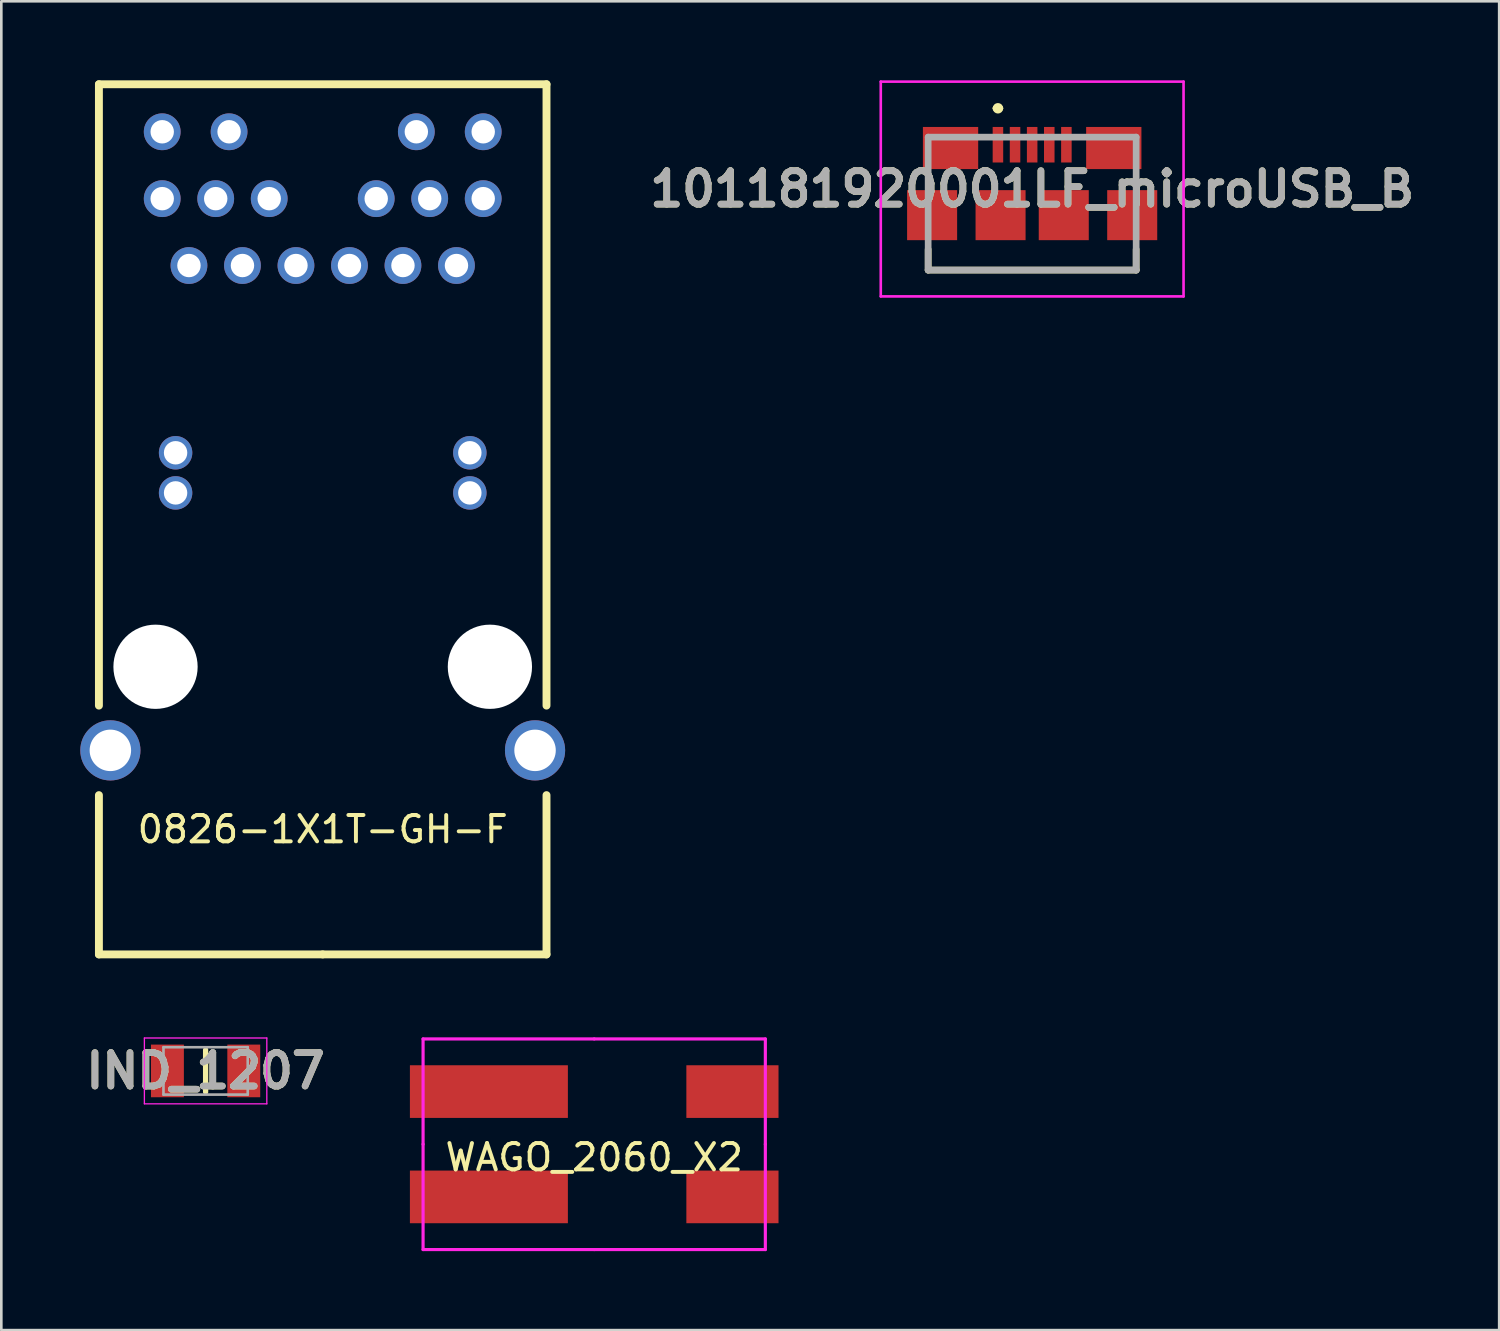
<source format=kicad_pcb>
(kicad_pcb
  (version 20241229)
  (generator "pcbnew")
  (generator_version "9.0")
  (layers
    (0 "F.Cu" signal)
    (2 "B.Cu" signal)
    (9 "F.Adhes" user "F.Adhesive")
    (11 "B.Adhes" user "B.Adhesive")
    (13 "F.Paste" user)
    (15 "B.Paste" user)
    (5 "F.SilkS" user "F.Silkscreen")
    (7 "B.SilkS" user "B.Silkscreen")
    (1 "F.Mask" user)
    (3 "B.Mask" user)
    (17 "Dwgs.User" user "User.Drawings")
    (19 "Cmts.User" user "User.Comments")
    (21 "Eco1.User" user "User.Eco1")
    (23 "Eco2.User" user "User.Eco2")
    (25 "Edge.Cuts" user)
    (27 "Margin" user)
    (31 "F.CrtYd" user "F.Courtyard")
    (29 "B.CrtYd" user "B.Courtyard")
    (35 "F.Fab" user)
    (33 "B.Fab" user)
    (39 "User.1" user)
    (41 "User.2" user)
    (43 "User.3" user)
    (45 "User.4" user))
  (footprint "0826-1X1T-GH-F"
    (layer "F.Cu")
    (at 9.207 22.275)
    (property "Reference" "0826-1X1T-GH-F" (at 0 6.175 0) (layer "F.SilkS") (effects (font (size 1 1) (thickness 0.15))))
    (attr through_hole)
    (fp_line (start -8.5 -22.125) (end 8.5 -22.125) (stroke (width 0.3) (type solid)) (layer "F.SilkS"))
    (fp_line (start -8.5 1.475) (end -8.5 -22.125) (stroke (width 0.3) (type solid)) (layer "F.SilkS"))
    (fp_line (start -8.5 4.875) (end -8.5 10.925) (stroke (width 0.3) (type solid)) (layer "F.SilkS"))
    (fp_line (start 0 10.925) (end -8.5 10.925) (stroke (width 0.3) (type solid)) (layer "F.SilkS"))
    (fp_line (start 0 10.925) (end 8.5 10.925) (stroke (width 0.3) (type solid)) (layer "F.SilkS"))
    (fp_line (start 8.5 1.475) (end 8.5 -22.125) (stroke (width 0.3) (type solid)) (layer "F.SilkS"))
    (fp_line (start 8.5 4.875) (end 8.5 10.925) (stroke (width 0.3) (type solid)) (layer "F.SilkS"))
    (pad "" np_thru_hole circle (at -6.35 0 90) (size 3.2 3.2) (drill 3.2) (layers "*.Cu" "*.Mask"))
    (pad "" np_thru_hole circle (at 6.35 0 90) (size 3.2 3.2) (drill 3.2) (layers "*.Cu" "*.Mask"))
    (pad "1" thru_hole circle (at 5.08 -15.24 90) (size 1.397 1.397) (drill 0.889) (layers "*.Cu" "*.Mask"))
    (pad "2" thru_hole circle (at 3.048 -15.24 90) (size 1.397 1.397) (drill 0.889) (layers "*.Cu" "*.Mask"))
    (pad "3" thru_hole circle (at 1.016 -15.24 90) (size 1.397 1.397) (drill 0.889) (layers "*.Cu" "*.Mask"))
    (pad "4" thru_hole circle (at -1.016 -15.24 90) (size 1.397 1.397) (drill 0.889) (layers "*.Cu" "*.Mask"))
    (pad "5" thru_hole circle (at -3.048 -15.24 90) (size 1.397 1.397) (drill 0.889) (layers "*.Cu" "*.Mask"))
    (pad "6" thru_hole circle (at -5.08 -15.24 90) (size 1.397 1.397) (drill 0.889) (layers "*.Cu" "*.Mask"))
    (pad "7" thru_hole circle (at 6.096 -17.78 90) (size 1.397 1.397) (drill 0.889) (layers "*.Cu" "*.Mask"))
    (pad "8" thru_hole circle (at 4.064 -17.78 90) (size 1.397 1.397) (drill 0.889) (layers "*.Cu" "*.Mask"))
    (pad "9" thru_hole circle (at 2.032 -17.78 90) (size 1.397 1.397) (drill 0.889) (layers "*.Cu" "*.Mask"))
    (pad "10" thru_hole circle (at -2.032 -17.78 90) (size 1.397 1.397) (drill 0.889) (layers "*.Cu" "*.Mask"))
    (pad "11" thru_hole circle (at -4.064 -17.78 90) (size 1.397 1.397) (drill 0.889) (layers "*.Cu" "*.Mask"))
    (pad "12" thru_hole circle (at -6.096 -17.78 90) (size 1.397 1.397) (drill 0.889) (layers "*.Cu" "*.Mask"))
    (pad "13" thru_hole circle (at 5.588 -8.128 90) (size 1.27 1.27) (drill 0.889) (layers "*.Cu" "*.Mask"))
    (pad "14" thru_hole circle (at -5.588 -8.128 90) (size 1.27 1.27) (drill 0.889) (layers "*.Cu" "*.Mask"))
    (pad "15" thru_hole circle (at 5.588 -6.604 90) (size 1.27 1.27) (drill 0.889) (layers "*.Cu" "*.Mask"))
    (pad "16" thru_hole circle (at -5.588 -6.604 90) (size 1.27 1.27) (drill 0.889) (layers "*.Cu" "*.Mask"))
    (pad "17" thru_hole circle (at 6.096 -20.32 90) (size 1.397 1.397) (drill 0.889) (layers "*.Cu" "*.Mask"))
    (pad "18" thru_hole circle (at 3.556 -20.32 90) (size 1.397 1.397) (drill 0.889) (layers "*.Cu" "*.Mask"))
    (pad "19" thru_hole circle (at -3.556 -20.32 90) (size 1.397 1.397) (drill 0.889) (layers "*.Cu" "*.Mask"))
    (pad "20" thru_hole circle (at -6.096 -20.32 90) (size 1.397 1.397) (drill 0.889) (layers "*.Cu" "*.Mask"))
    (pad "21" thru_hole circle (at -8.065 3.175 90) (size 2.286 2.286) (drill 1.575) (layers "*.Cu" "*.Mask"))
    (pad "21" thru_hole circle (at 8.065 3.175 90) (size 2.286 2.286) (drill 1.575) (layers "*.Cu" "*.Mask")))
  (footprint "IND_1207"
    (layer "F.Cu")
    (at 4.759 37.625)
    (property "Reference" "IND_1207" (at 0 0 0) (layer "F.SilkS") (effects (font (size 1.27 1.27) (thickness 0.254))))
    (attr smd)
    (fp_line (start 0 -0.8) (end 0 0.8) (stroke (width 0.2) (type solid)) (layer "F.SilkS"))
    (fp_line (start -2.325 -1.25) (end 2.325 -1.25) (stroke (width 0.05) (type solid)) (layer "F.CrtYd"))
    (fp_line (start -2.325 1.25) (end -2.325 -1.25) (stroke (width 0.05) (type solid)) (layer "F.CrtYd"))
    (fp_line (start 2.325 -1.25) (end 2.325 1.25) (stroke (width 0.05) (type solid)) (layer "F.CrtYd"))
    (fp_line (start 2.325 1.25) (end -2.325 1.25) (stroke (width 0.05) (type solid)) (layer "F.CrtYd"))
    (fp_line (start -1.6 -0.9) (end 1.6 -0.9) (stroke (width 0.1) (type solid)) (layer "F.Fab"))
    (fp_line (start -1.6 0.9) (end -1.6 -0.9) (stroke (width 0.1) (type solid)) (layer "F.Fab"))
    (fp_line (start 1.6 -0.9) (end 1.6 0.9) (stroke (width 0.1) (type solid)) (layer "F.Fab"))
    (fp_line (start 1.6 0.9) (end -1.6 0.9) (stroke (width 0.1) (type solid)) (layer "F.Fab"))
    (fp_text user "${REFERENCE}" (at 0 0 0) (layer "F.Fab") (effects (font (size 1.27 1.27) (thickness 0.254))))
    (pad "1" smd rect (at -1.45 0) (size 1.25 2) (layers "F.Cu" "F.Mask" "F.Paste"))
    (pad "2" smd rect (at 1.45 0) (size 1.25 2) (layers "F.Cu" "F.Mask" "F.Paste")))
  (footprint "101181920001LF_microUSB_B"
    (layer "F.Cu")
    (at 36.153 4.129)
    (property "Reference" "101181920001LF_microUSB_B" (at 0 0 0) (layer "F.SilkS") (effects (font (size 1.27 1.27) (thickness 0.254))))
    (attr smd)
    (fp_line (start -3.95 3.079) (end -3.95 2.293) (stroke (width 0.254) (type solid)) (layer "F.SilkS"))
    (fp_line (start -1.4 -3.066) (end -1.4 -3.066) (stroke (width 0.2) (type solid)) (layer "F.SilkS"))
    (fp_line (start -1.2 -3.066) (end -1.2 -3.066) (stroke (width 0.2) (type solid)) (layer "F.SilkS"))
    (fp_line (start 3.95 3.079) (end -3.95 3.079) (stroke (width 0.254) (type solid)) (layer "F.SilkS"))
    (fp_line (start 3.95 3.079) (end 3.95 2.293) (stroke (width 0.254) (type solid)) (layer "F.SilkS"))
    (fp_arc (start -1.4 -3.066) (mid -1.3 -3.166) (end -1.2 -3.066) (stroke (width 0.2) (type solid)) (layer "F.SilkS"))
    (fp_arc (start -1.2 -3.066) (mid -1.3 -2.966) (end -1.4 -3.066) (stroke (width 0.2) (type solid)) (layer "F.SilkS"))
    (fp_line (start -5.75 -4.079) (end 5.75 -4.079) (stroke (width 0.1) (type solid)) (layer "F.CrtYd"))
    (fp_line (start -5.75 4.079) (end -5.75 -4.079) (stroke (width 0.1) (type solid)) (layer "F.CrtYd"))
    (fp_line (start 5.75 -4.079) (end 5.75 4.079) (stroke (width 0.1) (type solid)) (layer "F.CrtYd"))
    (fp_line (start 5.75 4.079) (end -5.75 4.079) (stroke (width 0.1) (type solid)) (layer "F.CrtYd"))
    (fp_line (start -3.95 -1.971) (end 3.95 -1.971) (stroke (width 0.254) (type solid)) (layer "F.Fab"))
    (fp_line (start -3.95 3.079) (end -3.95 -1.971) (stroke (width 0.254) (type solid)) (layer "F.Fab"))
    (fp_line (start 3.95 -1.971) (end 3.95 3.079) (stroke (width 0.254) (type solid)) (layer "F.Fab"))
    (fp_line (start 3.95 3.079) (end -3.95 3.079) (stroke (width 0.254) (type solid)) (layer "F.Fab"))
    (fp_text user "${REFERENCE}" (at 0 0 0) (layer "F.Fab") (effects (font (size 1.27 1.27) (thickness 0.254))))
    (pad "1" smd rect (at -1.3 -1.682) (size 0.4 1.35) (layers "F.Cu" "F.Mask" "F.Paste"))
    (pad "2" smd rect (at -0.65 -1.682) (size 0.4 1.35) (layers "F.Cu" "F.Mask" "F.Paste"))
    (pad "3" smd rect (at 0 -1.682) (size 0.4 1.35) (layers "F.Cu" "F.Mask" "F.Paste"))
    (pad "4" smd rect (at 0.65 -1.682) (size 0.4 1.35) (layers "F.Cu" "F.Mask" "F.Paste"))
    (pad "5" smd rect (at 1.3 -1.682) (size 0.4 1.35) (layers "F.Cu" "F.Mask" "F.Paste"))
    (pad "6" smd rect (at -3.1 -1.557 90) (size 1.6 2.1) (layers "F.Cu" "F.Mask" "F.Paste"))
    (pad "7" smd rect (at 3.1 -1.557 90) (size 1.6 2.1) (layers "F.Cu" "F.Mask" "F.Paste"))
    (pad "8" smd rect (at -1.2 0.993 90) (size 1.9 1.9) (layers "F.Cu" "F.Mask" "F.Paste"))
    (pad "9" smd rect (at 1.2 0.993 90) (size 1.9 1.9) (layers "F.Cu" "F.Mask" "F.Paste"))
    (pad "10" smd rect (at -3.8 0.993 90) (size 1.9 1.9) (layers "F.Cu" "F.Mask" "F.Paste"))
    (pad "11" smd rect (at 3.8 0.993 90) (size 1.9 1.9) (layers "F.Cu" "F.Mask" "F.Paste")))
  (footprint "WAGO_2060_X2"
    (layer "F.Cu")
    (at 19.519 40.41)
    (property "Reference" "WAGO_2060_X2" (at 0 0.5 0) (layer "F.SilkS") (effects (font (size 1 1) (thickness 0.15))))
    (attr through_hole)
    (fp_line (start -6.5 -4) (end -6.5 0) (stroke (width 0.12) (type solid)) (layer "F.CrtYd"))
    (fp_line (start -6.5 4) (end -6.5 0) (stroke (width 0.12) (type solid)) (layer "F.CrtYd"))
    (fp_line (start 0 -4) (end -6.5 -4) (stroke (width 0.12) (type solid)) (layer "F.CrtYd"))
    (fp_line (start 0 -4) (end 6.5 -4) (stroke (width 0.12) (type solid)) (layer "F.CrtYd"))
    (fp_line (start 0 4) (end -6.5 4) (stroke (width 0.12) (type solid)) (layer "F.CrtYd"))
    (fp_line (start 0 4) (end 6.5 4) (stroke (width 0.12) (type solid)) (layer "F.CrtYd"))
    (fp_line (start 6.5 -4) (end 6.5 0) (stroke (width 0.12) (type solid)) (layer "F.CrtYd"))
    (fp_line (start 6.5 4) (end 6.5 0) (stroke (width 0.12) (type solid)) (layer "F.CrtYd"))
    (pad "1" smd rect (at -4 -2) (size 6 2) (layers "F.Cu" "F.Mask" "F.Paste"))
    (pad "1" smd rect (at 5.25 -2) (size 3.5 2) (layers "F.Cu" "F.Mask" "F.Paste"))
    (pad "2" smd rect (at -4 2) (size 6 2) (layers "F.Cu" "F.Mask" "F.Paste"))
    (pad "2" smd rect (at 5.25 2) (size 3.5 2) (layers "F.Cu" "F.Mask" "F.Paste")))
  (gr_rect
    (start -3 -3)
    (end 53.891 47.47)
    (stroke (width 0.1) (type default))
    (fill no)
    (layer "Edge.Cuts")))
</source>
